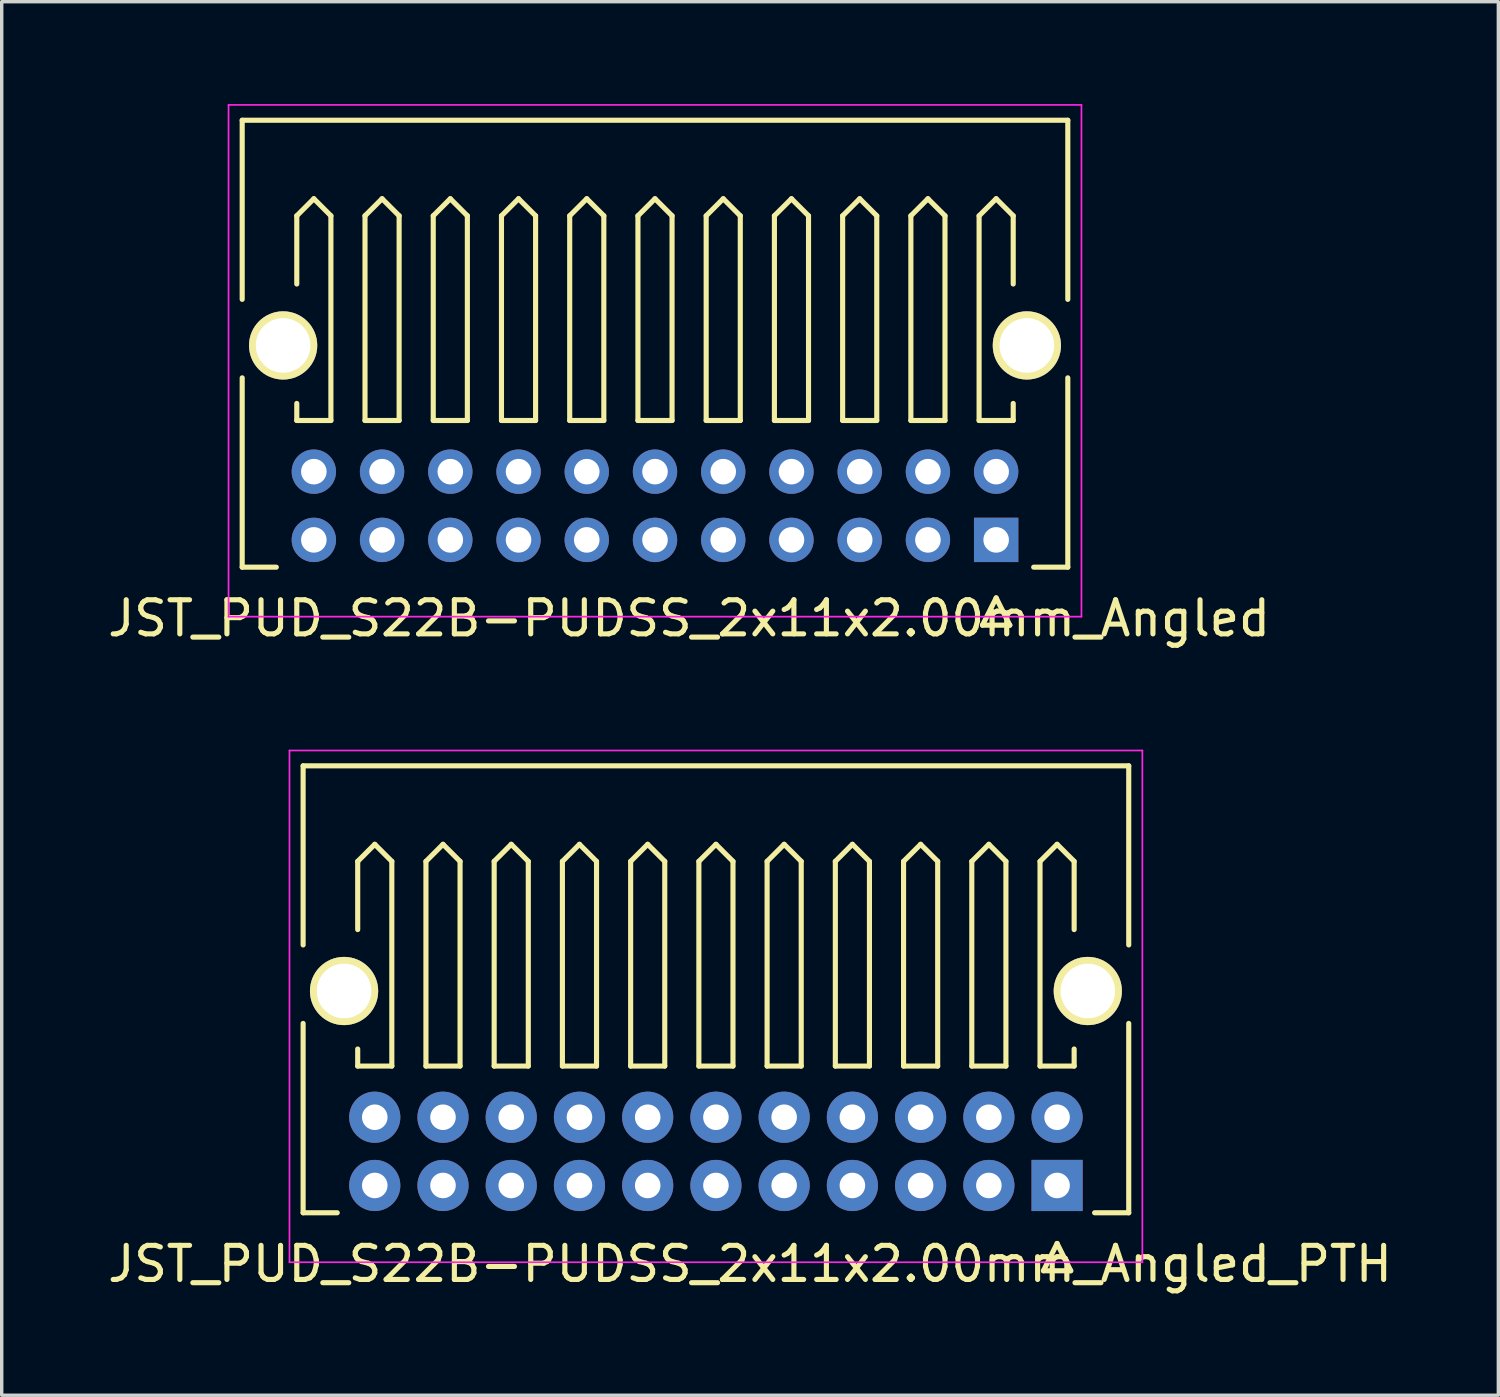
<source format=kicad_pcb>
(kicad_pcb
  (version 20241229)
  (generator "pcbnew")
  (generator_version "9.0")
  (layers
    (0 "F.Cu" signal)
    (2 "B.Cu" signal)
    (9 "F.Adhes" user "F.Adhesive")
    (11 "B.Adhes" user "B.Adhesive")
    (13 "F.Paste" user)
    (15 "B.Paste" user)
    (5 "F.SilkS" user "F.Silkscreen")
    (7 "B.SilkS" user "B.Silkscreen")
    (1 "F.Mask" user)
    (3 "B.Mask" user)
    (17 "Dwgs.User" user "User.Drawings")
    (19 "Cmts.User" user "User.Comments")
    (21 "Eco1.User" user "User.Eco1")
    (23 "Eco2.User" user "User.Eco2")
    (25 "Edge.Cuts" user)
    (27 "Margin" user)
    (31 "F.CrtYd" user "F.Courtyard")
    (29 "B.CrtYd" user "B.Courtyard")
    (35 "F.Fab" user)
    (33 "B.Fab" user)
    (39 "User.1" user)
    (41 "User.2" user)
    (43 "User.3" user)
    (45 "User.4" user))
  (footprint "JST_PUD_S22B-PUDSS_2x11x2.00mm_Angled_PTH"
    (layer "F.Cu")
    (at 27.935 31.698)
    (property "Reference" "JST_PUD_S22B-PUDSS_2x11x2.00mm_Angled_PTH" (at -9 2.3 0) (layer "F.SilkS") (effects (font (size 1 1) (thickness 0.15))))
    (attr through_hole)
    (fp_line (start -22.1 -12.3) (end -22.1 -7.05) (stroke (width 0.15) (type solid)) (layer "F.SilkS"))
    (fp_line (start -22.1 -4.75) (end -22.1 0.8) (stroke (width 0.15) (type solid)) (layer "F.SilkS"))
    (fp_line (start -22.1 0.8) (end -21.1 0.8) (stroke (width 0.15) (type solid)) (layer "F.SilkS"))
    (fp_line (start -20.5 -9.5) (end -20 -10) (stroke (width 0.15) (type solid)) (layer "F.SilkS"))
    (fp_line (start -20.5 -7.5) (end -20.5 -9.5) (stroke (width 0.15) (type solid)) (layer "F.SilkS"))
    (fp_line (start -20.5 -3.5) (end -20.5 -4) (stroke (width 0.15) (type solid)) (layer "F.SilkS"))
    (fp_line (start -20 -10) (end -19.5 -9.5) (stroke (width 0.15) (type solid)) (layer "F.SilkS"))
    (fp_line (start -19.5 -9.5) (end -19.5 -3.5) (stroke (width 0.15) (type solid)) (layer "F.SilkS"))
    (fp_line (start -19.5 -3.5) (end -20.5 -3.5) (stroke (width 0.15) (type solid)) (layer "F.SilkS"))
    (fp_line (start -18.5 -9.5) (end -18 -10) (stroke (width 0.15) (type solid)) (layer "F.SilkS"))
    (fp_line (start -18.5 -3.5) (end -18.5 -9.5) (stroke (width 0.15) (type solid)) (layer "F.SilkS"))
    (fp_line (start -18 -10) (end -17.5 -9.5) (stroke (width 0.15) (type solid)) (layer "F.SilkS"))
    (fp_line (start -17.5 -9.5) (end -17.5 -3.5) (stroke (width 0.15) (type solid)) (layer "F.SilkS"))
    (fp_line (start -17.5 -3.5) (end -18.5 -3.5) (stroke (width 0.15) (type solid)) (layer "F.SilkS"))
    (fp_line (start -16.5 -9.5) (end -16 -10) (stroke (width 0.15) (type solid)) (layer "F.SilkS"))
    (fp_line (start -16.5 -3.5) (end -16.5 -9.5) (stroke (width 0.15) (type solid)) (layer "F.SilkS"))
    (fp_line (start -16 -10) (end -15.5 -9.5) (stroke (width 0.15) (type solid)) (layer "F.SilkS"))
    (fp_line (start -15.5 -9.5) (end -15.5 -3.5) (stroke (width 0.15) (type solid)) (layer "F.SilkS"))
    (fp_line (start -15.5 -3.5) (end -16.5 -3.5) (stroke (width 0.15) (type solid)) (layer "F.SilkS"))
    (fp_line (start -14.5 -9.5) (end -14 -10) (stroke (width 0.15) (type solid)) (layer "F.SilkS"))
    (fp_line (start -14.5 -3.5) (end -14.5 -9.5) (stroke (width 0.15) (type solid)) (layer "F.SilkS"))
    (fp_line (start -14 -10) (end -13.5 -9.5) (stroke (width 0.15) (type solid)) (layer "F.SilkS"))
    (fp_line (start -13.5 -9.5) (end -13.5 -3.5) (stroke (width 0.15) (type solid)) (layer "F.SilkS"))
    (fp_line (start -13.5 -3.5) (end -14.5 -3.5) (stroke (width 0.15) (type solid)) (layer "F.SilkS"))
    (fp_line (start -12.5 -9.5) (end -12 -10) (stroke (width 0.15) (type solid)) (layer "F.SilkS"))
    (fp_line (start -12.5 -3.5) (end -12.5 -9.5) (stroke (width 0.15) (type solid)) (layer "F.SilkS"))
    (fp_line (start -12 -10) (end -11.5 -9.5) (stroke (width 0.15) (type solid)) (layer "F.SilkS"))
    (fp_line (start -11.5 -9.5) (end -11.5 -3.5) (stroke (width 0.15) (type solid)) (layer "F.SilkS"))
    (fp_line (start -11.5 -3.5) (end -12.5 -3.5) (stroke (width 0.15) (type solid)) (layer "F.SilkS"))
    (fp_line (start -10.5 -9.5) (end -10 -10) (stroke (width 0.15) (type solid)) (layer "F.SilkS"))
    (fp_line (start -10.5 -3.5) (end -10.5 -9.5) (stroke (width 0.15) (type solid)) (layer "F.SilkS"))
    (fp_line (start -10 -10) (end -9.5 -9.5) (stroke (width 0.15) (type solid)) (layer "F.SilkS"))
    (fp_line (start -9.5 -9.5) (end -9.5 -3.5) (stroke (width 0.15) (type solid)) (layer "F.SilkS"))
    (fp_line (start -9.5 -3.5) (end -10.5 -3.5) (stroke (width 0.15) (type solid)) (layer "F.SilkS"))
    (fp_line (start -8.5 -9.5) (end -8 -10) (stroke (width 0.15) (type solid)) (layer "F.SilkS"))
    (fp_line (start -8.5 -3.5) (end -8.5 -9.5) (stroke (width 0.15) (type solid)) (layer "F.SilkS"))
    (fp_line (start -8 -10) (end -7.5 -9.5) (stroke (width 0.15) (type solid)) (layer "F.SilkS"))
    (fp_line (start -7.5 -9.5) (end -7.5 -3.5) (stroke (width 0.15) (type solid)) (layer "F.SilkS"))
    (fp_line (start -7.5 -3.5) (end -8.5 -3.5) (stroke (width 0.15) (type solid)) (layer "F.SilkS"))
    (fp_line (start -6.5 -9.5) (end -6 -10) (stroke (width 0.15) (type solid)) (layer "F.SilkS"))
    (fp_line (start -6.5 -3.5) (end -6.5 -9.5) (stroke (width 0.15) (type solid)) (layer "F.SilkS"))
    (fp_line (start -6 -10) (end -5.5 -9.5) (stroke (width 0.15) (type solid)) (layer "F.SilkS"))
    (fp_line (start -5.5 -9.5) (end -5.5 -3.5) (stroke (width 0.15) (type solid)) (layer "F.SilkS"))
    (fp_line (start -5.5 -3.5) (end -6.5 -3.5) (stroke (width 0.15) (type solid)) (layer "F.SilkS"))
    (fp_line (start -4.5 -9.5) (end -4 -10) (stroke (width 0.15) (type solid)) (layer "F.SilkS"))
    (fp_line (start -4.5 -3.5) (end -4.5 -9.5) (stroke (width 0.15) (type solid)) (layer "F.SilkS"))
    (fp_line (start -4 -10) (end -3.5 -9.5) (stroke (width 0.15) (type solid)) (layer "F.SilkS"))
    (fp_line (start -3.5 -9.5) (end -3.5 -3.5) (stroke (width 0.15) (type solid)) (layer "F.SilkS"))
    (fp_line (start -3.5 -3.5) (end -4.5 -3.5) (stroke (width 0.15) (type solid)) (layer "F.SilkS"))
    (fp_line (start -2.5 -9.5) (end -2 -10) (stroke (width 0.15) (type solid)) (layer "F.SilkS"))
    (fp_line (start -2.5 -3.5) (end -2.5 -9.5) (stroke (width 0.15) (type solid)) (layer "F.SilkS"))
    (fp_line (start -2 -10) (end -1.5 -9.5) (stroke (width 0.15) (type solid)) (layer "F.SilkS"))
    (fp_line (start -1.5 -9.5) (end -1.5 -3.5) (stroke (width 0.15) (type solid)) (layer "F.SilkS"))
    (fp_line (start -1.5 -3.5) (end -2.5 -3.5) (stroke (width 0.15) (type solid)) (layer "F.SilkS"))
    (fp_line (start -0.5 -9.5) (end 0 -10) (stroke (width 0.15) (type solid)) (layer "F.SilkS"))
    (fp_line (start -0.5 -3.5) (end -0.5 -9.5) (stroke (width 0.15) (type solid)) (layer "F.SilkS"))
    (fp_line (start -0.4 2.5) (end 0 1.7) (stroke (width 0.15) (type solid)) (layer "F.SilkS"))
    (fp_line (start 0 -10) (end 0.5 -9.5) (stroke (width 0.15) (type solid)) (layer "F.SilkS"))
    (fp_line (start 0 1.7) (end 0.4 2.5) (stroke (width 0.15) (type solid)) (layer "F.SilkS"))
    (fp_line (start 0.4 2.5) (end -0.4 2.5) (stroke (width 0.15) (type solid)) (layer "F.SilkS"))
    (fp_line (start 0.5 -9.5) (end 0.5 -7.5) (stroke (width 0.15) (type solid)) (layer "F.SilkS"))
    (fp_line (start 0.5 -4) (end 0.5 -3.5) (stroke (width 0.15) (type solid)) (layer "F.SilkS"))
    (fp_line (start 0.5 -3.5) (end -0.5 -3.5) (stroke (width 0.15) (type solid)) (layer "F.SilkS"))
    (fp_line (start 1.1 0.8) (end 2.1 0.8) (stroke (width 0.15) (type solid)) (layer "F.SilkS"))
    (fp_line (start 2.1 -12.3) (end -22.1 -12.3) (stroke (width 0.15) (type solid)) (layer "F.SilkS"))
    (fp_line (start 2.1 -12.3) (end 2.1 -7.05) (stroke (width 0.15) (type solid)) (layer "F.SilkS"))
    (fp_line (start 2.1 0.8) (end 2.1 -4.75) (stroke (width 0.15) (type solid)) (layer "F.SilkS"))
    (fp_line (start -22.5 -12.75) (end 2.5 -12.75) (stroke (width 0.05) (type solid)) (layer "F.CrtYd"))
    (fp_line (start -22.5 2.25) (end -22.5 -12.75) (stroke (width 0.05) (type solid)) (layer "F.CrtYd"))
    (fp_line (start 2.5 -12.75) (end 2.5 2.25) (stroke (width 0.05) (type solid)) (layer "F.CrtYd"))
    (fp_line (start 2.5 2.25) (end -22.5 2.25) (stroke (width 0.05) (type solid)) (layer "F.CrtYd"))
    (pad "" np_thru_hole circle (at -20.9 -5.7) (size 2 2) (drill 1.6) (layers "*.Cu" "*.Mask" "F.SilkS"))
    (pad "" np_thru_hole circle (at 0.9 -5.7) (size 2 2) (drill 1.6) (layers "*.Cu" "*.Mask" "F.SilkS"))
    (pad "1" thru_hole rect (at 0 0) (size 1.5 1.5) (drill 0.75) (layers "*.Cu" "*.Mask"))
    (pad "2" thru_hole circle (at 0 -2) (size 1.5 1.5) (drill 0.75) (layers "*.Cu" "*.Mask"))
    (pad "3" thru_hole circle (at -2 0) (size 1.5 1.5) (drill 0.75) (layers "*.Cu" "*.Mask"))
    (pad "4" thru_hole circle (at -2 -2) (size 1.5 1.5) (drill 0.75) (layers "*.Cu" "*.Mask"))
    (pad "5" thru_hole circle (at -4 0) (size 1.5 1.5) (drill 0.75) (layers "*.Cu" "*.Mask"))
    (pad "6" thru_hole circle (at -4 -2) (size 1.5 1.5) (drill 0.75) (layers "*.Cu" "*.Mask"))
    (pad "7" thru_hole circle (at -6 0) (size 1.5 1.5) (drill 0.75) (layers "*.Cu" "*.Mask"))
    (pad "8" thru_hole circle (at -6 -2) (size 1.5 1.5) (drill 0.75) (layers "*.Cu" "*.Mask"))
    (pad "9" thru_hole circle (at -8 0) (size 1.5 1.5) (drill 0.75) (layers "*.Cu" "*.Mask"))
    (pad "10" thru_hole circle (at -8 -2) (size 1.5 1.5) (drill 0.75) (layers "*.Cu" "*.Mask"))
    (pad "11" thru_hole circle (at -10 0) (size 1.5 1.5) (drill 0.75) (layers "*.Cu" "*.Mask"))
    (pad "12" thru_hole circle (at -10 -2) (size 1.5 1.5) (drill 0.75) (layers "*.Cu" "*.Mask"))
    (pad "13" thru_hole circle (at -12 0) (size 1.5 1.5) (drill 0.75) (layers "*.Cu" "*.Mask"))
    (pad "14" thru_hole circle (at -12 -2) (size 1.5 1.5) (drill 0.75) (layers "*.Cu" "*.Mask"))
    (pad "15" thru_hole circle (at -14 0) (size 1.5 1.5) (drill 0.75) (layers "*.Cu" "*.Mask"))
    (pad "16" thru_hole circle (at -14 -2) (size 1.5 1.5) (drill 0.75) (layers "*.Cu" "*.Mask"))
    (pad "17" thru_hole circle (at -16 0) (size 1.5 1.5) (drill 0.75) (layers "*.Cu" "*.Mask"))
    (pad "18" thru_hole circle (at -16 -2) (size 1.5 1.5) (drill 0.75) (layers "*.Cu" "*.Mask"))
    (pad "19" thru_hole circle (at -18 0) (size 1.5 1.5) (drill 0.75) (layers "*.Cu" "*.Mask"))
    (pad "20" thru_hole circle (at -18 -2) (size 1.5 1.5) (drill 0.75) (layers "*.Cu" "*.Mask"))
    (pad "21" thru_hole circle (at -20 0) (size 1.5 1.5) (drill 0.75) (layers "*.Cu" "*.Mask"))
    (pad "22" thru_hole circle (at -20 -2) (size 1.5 1.5) (drill 0.75) (layers "*.Cu" "*.Mask")))
  (footprint "JST_PUD_S22B-PUDSS_2x11x2.00mm_Angled"
    (layer "F.Cu")
    (at 26.149 12.775)
    (property "Reference" "JST_PUD_S22B-PUDSS_2x11x2.00mm_Angled" (at -9 2.3 0) (layer "F.SilkS") (effects (font (size 1 1) (thickness 0.15))))
    (attr through_hole)
    (fp_line (start -22.1 -12.3) (end -22.1 -7.05) (stroke (width 0.15) (type solid)) (layer "F.SilkS"))
    (fp_line (start -22.1 -4.75) (end -22.1 0.8) (stroke (width 0.15) (type solid)) (layer "F.SilkS"))
    (fp_line (start -22.1 0.8) (end -21.1 0.8) (stroke (width 0.15) (type solid)) (layer "F.SilkS"))
    (fp_line (start -20.5 -9.5) (end -20 -10) (stroke (width 0.15) (type solid)) (layer "F.SilkS"))
    (fp_line (start -20.5 -7.5) (end -20.5 -9.5) (stroke (width 0.15) (type solid)) (layer "F.SilkS"))
    (fp_line (start -20.5 -3.5) (end -20.5 -4) (stroke (width 0.15) (type solid)) (layer "F.SilkS"))
    (fp_line (start -20 -10) (end -19.5 -9.5) (stroke (width 0.15) (type solid)) (layer "F.SilkS"))
    (fp_line (start -19.5 -9.5) (end -19.5 -3.5) (stroke (width 0.15) (type solid)) (layer "F.SilkS"))
    (fp_line (start -19.5 -3.5) (end -20.5 -3.5) (stroke (width 0.15) (type solid)) (layer "F.SilkS"))
    (fp_line (start -18.5 -9.5) (end -18 -10) (stroke (width 0.15) (type solid)) (layer "F.SilkS"))
    (fp_line (start -18.5 -3.5) (end -18.5 -9.5) (stroke (width 0.15) (type solid)) (layer "F.SilkS"))
    (fp_line (start -18 -10) (end -17.5 -9.5) (stroke (width 0.15) (type solid)) (layer "F.SilkS"))
    (fp_line (start -17.5 -9.5) (end -17.5 -3.5) (stroke (width 0.15) (type solid)) (layer "F.SilkS"))
    (fp_line (start -17.5 -3.5) (end -18.5 -3.5) (stroke (width 0.15) (type solid)) (layer "F.SilkS"))
    (fp_line (start -16.5 -9.5) (end -16 -10) (stroke (width 0.15) (type solid)) (layer "F.SilkS"))
    (fp_line (start -16.5 -3.5) (end -16.5 -9.5) (stroke (width 0.15) (type solid)) (layer "F.SilkS"))
    (fp_line (start -16 -10) (end -15.5 -9.5) (stroke (width 0.15) (type solid)) (layer "F.SilkS"))
    (fp_line (start -15.5 -9.5) (end -15.5 -3.5) (stroke (width 0.15) (type solid)) (layer "F.SilkS"))
    (fp_line (start -15.5 -3.5) (end -16.5 -3.5) (stroke (width 0.15) (type solid)) (layer "F.SilkS"))
    (fp_line (start -14.5 -9.5) (end -14 -10) (stroke (width 0.15) (type solid)) (layer "F.SilkS"))
    (fp_line (start -14.5 -3.5) (end -14.5 -9.5) (stroke (width 0.15) (type solid)) (layer "F.SilkS"))
    (fp_line (start -14 -10) (end -13.5 -9.5) (stroke (width 0.15) (type solid)) (layer "F.SilkS"))
    (fp_line (start -13.5 -9.5) (end -13.5 -3.5) (stroke (width 0.15) (type solid)) (layer "F.SilkS"))
    (fp_line (start -13.5 -3.5) (end -14.5 -3.5) (stroke (width 0.15) (type solid)) (layer "F.SilkS"))
    (fp_line (start -12.5 -9.5) (end -12 -10) (stroke (width 0.15) (type solid)) (layer "F.SilkS"))
    (fp_line (start -12.5 -3.5) (end -12.5 -9.5) (stroke (width 0.15) (type solid)) (layer "F.SilkS"))
    (fp_line (start -12 -10) (end -11.5 -9.5) (stroke (width 0.15) (type solid)) (layer "F.SilkS"))
    (fp_line (start -11.5 -9.5) (end -11.5 -3.5) (stroke (width 0.15) (type solid)) (layer "F.SilkS"))
    (fp_line (start -11.5 -3.5) (end -12.5 -3.5) (stroke (width 0.15) (type solid)) (layer "F.SilkS"))
    (fp_line (start -10.5 -9.5) (end -10 -10) (stroke (width 0.15) (type solid)) (layer "F.SilkS"))
    (fp_line (start -10.5 -3.5) (end -10.5 -9.5) (stroke (width 0.15) (type solid)) (layer "F.SilkS"))
    (fp_line (start -10 -10) (end -9.5 -9.5) (stroke (width 0.15) (type solid)) (layer "F.SilkS"))
    (fp_line (start -9.5 -9.5) (end -9.5 -3.5) (stroke (width 0.15) (type solid)) (layer "F.SilkS"))
    (fp_line (start -9.5 -3.5) (end -10.5 -3.5) (stroke (width 0.15) (type solid)) (layer "F.SilkS"))
    (fp_line (start -8.5 -9.5) (end -8 -10) (stroke (width 0.15) (type solid)) (layer "F.SilkS"))
    (fp_line (start -8.5 -3.5) (end -8.5 -9.5) (stroke (width 0.15) (type solid)) (layer "F.SilkS"))
    (fp_line (start -8 -10) (end -7.5 -9.5) (stroke (width 0.15) (type solid)) (layer "F.SilkS"))
    (fp_line (start -7.5 -9.5) (end -7.5 -3.5) (stroke (width 0.15) (type solid)) (layer "F.SilkS"))
    (fp_line (start -7.5 -3.5) (end -8.5 -3.5) (stroke (width 0.15) (type solid)) (layer "F.SilkS"))
    (fp_line (start -6.5 -9.5) (end -6 -10) (stroke (width 0.15) (type solid)) (layer "F.SilkS"))
    (fp_line (start -6.5 -3.5) (end -6.5 -9.5) (stroke (width 0.15) (type solid)) (layer "F.SilkS"))
    (fp_line (start -6 -10) (end -5.5 -9.5) (stroke (width 0.15) (type solid)) (layer "F.SilkS"))
    (fp_line (start -5.5 -9.5) (end -5.5 -3.5) (stroke (width 0.15) (type solid)) (layer "F.SilkS"))
    (fp_line (start -5.5 -3.5) (end -6.5 -3.5) (stroke (width 0.15) (type solid)) (layer "F.SilkS"))
    (fp_line (start -4.5 -9.5) (end -4 -10) (stroke (width 0.15) (type solid)) (layer "F.SilkS"))
    (fp_line (start -4.5 -3.5) (end -4.5 -9.5) (stroke (width 0.15) (type solid)) (layer "F.SilkS"))
    (fp_line (start -4 -10) (end -3.5 -9.5) (stroke (width 0.15) (type solid)) (layer "F.SilkS"))
    (fp_line (start -3.5 -9.5) (end -3.5 -3.5) (stroke (width 0.15) (type solid)) (layer "F.SilkS"))
    (fp_line (start -3.5 -3.5) (end -4.5 -3.5) (stroke (width 0.15) (type solid)) (layer "F.SilkS"))
    (fp_line (start -2.5 -9.5) (end -2 -10) (stroke (width 0.15) (type solid)) (layer "F.SilkS"))
    (fp_line (start -2.5 -3.5) (end -2.5 -9.5) (stroke (width 0.15) (type solid)) (layer "F.SilkS"))
    (fp_line (start -2 -10) (end -1.5 -9.5) (stroke (width 0.15) (type solid)) (layer "F.SilkS"))
    (fp_line (start -1.5 -9.5) (end -1.5 -3.5) (stroke (width 0.15) (type solid)) (layer "F.SilkS"))
    (fp_line (start -1.5 -3.5) (end -2.5 -3.5) (stroke (width 0.15) (type solid)) (layer "F.SilkS"))
    (fp_line (start -0.5 -9.5) (end 0 -10) (stroke (width 0.15) (type solid)) (layer "F.SilkS"))
    (fp_line (start -0.5 -3.5) (end -0.5 -9.5) (stroke (width 0.15) (type solid)) (layer "F.SilkS"))
    (fp_line (start -0.4 2.5) (end 0 1.7) (stroke (width 0.15) (type solid)) (layer "F.SilkS"))
    (fp_line (start 0 -10) (end 0.5 -9.5) (stroke (width 0.15) (type solid)) (layer "F.SilkS"))
    (fp_line (start 0 1.7) (end 0.4 2.5) (stroke (width 0.15) (type solid)) (layer "F.SilkS"))
    (fp_line (start 0.4 2.5) (end -0.4 2.5) (stroke (width 0.15) (type solid)) (layer "F.SilkS"))
    (fp_line (start 0.5 -9.5) (end 0.5 -7.5) (stroke (width 0.15) (type solid)) (layer "F.SilkS"))
    (fp_line (start 0.5 -4) (end 0.5 -3.5) (stroke (width 0.15) (type solid)) (layer "F.SilkS"))
    (fp_line (start 0.5 -3.5) (end -0.5 -3.5) (stroke (width 0.15) (type solid)) (layer "F.SilkS"))
    (fp_line (start 1.1 0.8) (end 2.1 0.8) (stroke (width 0.15) (type solid)) (layer "F.SilkS"))
    (fp_line (start 2.1 -12.3) (end -22.1 -12.3) (stroke (width 0.15) (type solid)) (layer "F.SilkS"))
    (fp_line (start 2.1 -12.3) (end 2.1 -7.05) (stroke (width 0.15) (type solid)) (layer "F.SilkS"))
    (fp_line (start 2.1 0.8) (end 2.1 -4.75) (stroke (width 0.15) (type solid)) (layer "F.SilkS"))
    (fp_line (start -22.5 -12.75) (end 2.5 -12.75) (stroke (width 0.05) (type solid)) (layer "F.CrtYd"))
    (fp_line (start -22.5 2.25) (end -22.5 -12.75) (stroke (width 0.05) (type solid)) (layer "F.CrtYd"))
    (fp_line (start 2.5 -12.75) (end 2.5 2.25) (stroke (width 0.05) (type solid)) (layer "F.CrtYd"))
    (fp_line (start 2.5 2.25) (end -22.5 2.25) (stroke (width 0.05) (type solid)) (layer "F.CrtYd"))
    (pad "" np_thru_hole circle (at -20.9 -5.7) (size 2 2) (drill 1.6) (layers "*.Cu" "*.Mask" "F.SilkS"))
    (pad "" np_thru_hole circle (at 0.9 -5.7) (size 2 2) (drill 1.6) (layers "*.Cu" "*.Mask" "F.SilkS"))
    (pad "1" thru_hole rect (at 0 0) (size 1.3 1.3) (drill 0.75) (layers "*.Cu" "*.Mask"))
    (pad "2" thru_hole circle (at 0 -2) (size 1.3 1.3) (drill 0.75) (layers "*.Cu" "*.Mask"))
    (pad "3" thru_hole circle (at -2 0) (size 1.3 1.3) (drill 0.75) (layers "*.Cu" "*.Mask"))
    (pad "4" thru_hole circle (at -2 -2) (size 1.3 1.3) (drill 0.75) (layers "*.Cu" "*.Mask"))
    (pad "5" thru_hole circle (at -4 0) (size 1.3 1.3) (drill 0.75) (layers "*.Cu" "*.Mask"))
    (pad "6" thru_hole circle (at -4 -2) (size 1.3 1.3) (drill 0.75) (layers "*.Cu" "*.Mask"))
    (pad "7" thru_hole circle (at -6 0) (size 1.3 1.3) (drill 0.75) (layers "*.Cu" "*.Mask"))
    (pad "8" thru_hole circle (at -6 -2) (size 1.3 1.3) (drill 0.75) (layers "*.Cu" "*.Mask"))
    (pad "9" thru_hole circle (at -8 0) (size 1.3 1.3) (drill 0.75) (layers "*.Cu" "*.Mask"))
    (pad "10" thru_hole circle (at -8 -2) (size 1.3 1.3) (drill 0.75) (layers "*.Cu" "*.Mask"))
    (pad "11" thru_hole circle (at -10 0) (size 1.3 1.3) (drill 0.75) (layers "*.Cu" "*.Mask"))
    (pad "12" thru_hole circle (at -10 -2) (size 1.3 1.3) (drill 0.75) (layers "*.Cu" "*.Mask"))
    (pad "13" thru_hole circle (at -12 0) (size 1.3 1.3) (drill 0.75) (layers "*.Cu" "*.Mask"))
    (pad "14" thru_hole circle (at -12 -2) (size 1.3 1.3) (drill 0.75) (layers "*.Cu" "*.Mask"))
    (pad "15" thru_hole circle (at -14 0) (size 1.3 1.3) (drill 0.75) (layers "*.Cu" "*.Mask"))
    (pad "16" thru_hole circle (at -14 -2) (size 1.3 1.3) (drill 0.75) (layers "*.Cu" "*.Mask"))
    (pad "17" thru_hole circle (at -16 0) (size 1.3 1.3) (drill 0.75) (layers "*.Cu" "*.Mask"))
    (pad "18" thru_hole circle (at -16 -2) (size 1.3 1.3) (drill 0.75) (layers "*.Cu" "*.Mask"))
    (pad "19" thru_hole circle (at -18 0) (size 1.3 1.3) (drill 0.75) (layers "*.Cu" "*.Mask"))
    (pad "20" thru_hole circle (at -18 -2) (size 1.3 1.3) (drill 0.75) (layers "*.Cu" "*.Mask"))
    (pad "21" thru_hole circle (at -20 0) (size 1.3 1.3) (drill 0.75) (layers "*.Cu" "*.Mask"))
    (pad "22" thru_hole circle (at -20 -2) (size 1.3 1.3) (drill 0.75) (layers "*.Cu" "*.Mask")))
  (gr_rect
    (start -3 -3)
    (end 40.869 37.846)
    (stroke (width 0.1) (type default))
    (fill no)
    (layer "Edge.Cuts")))
</source>
